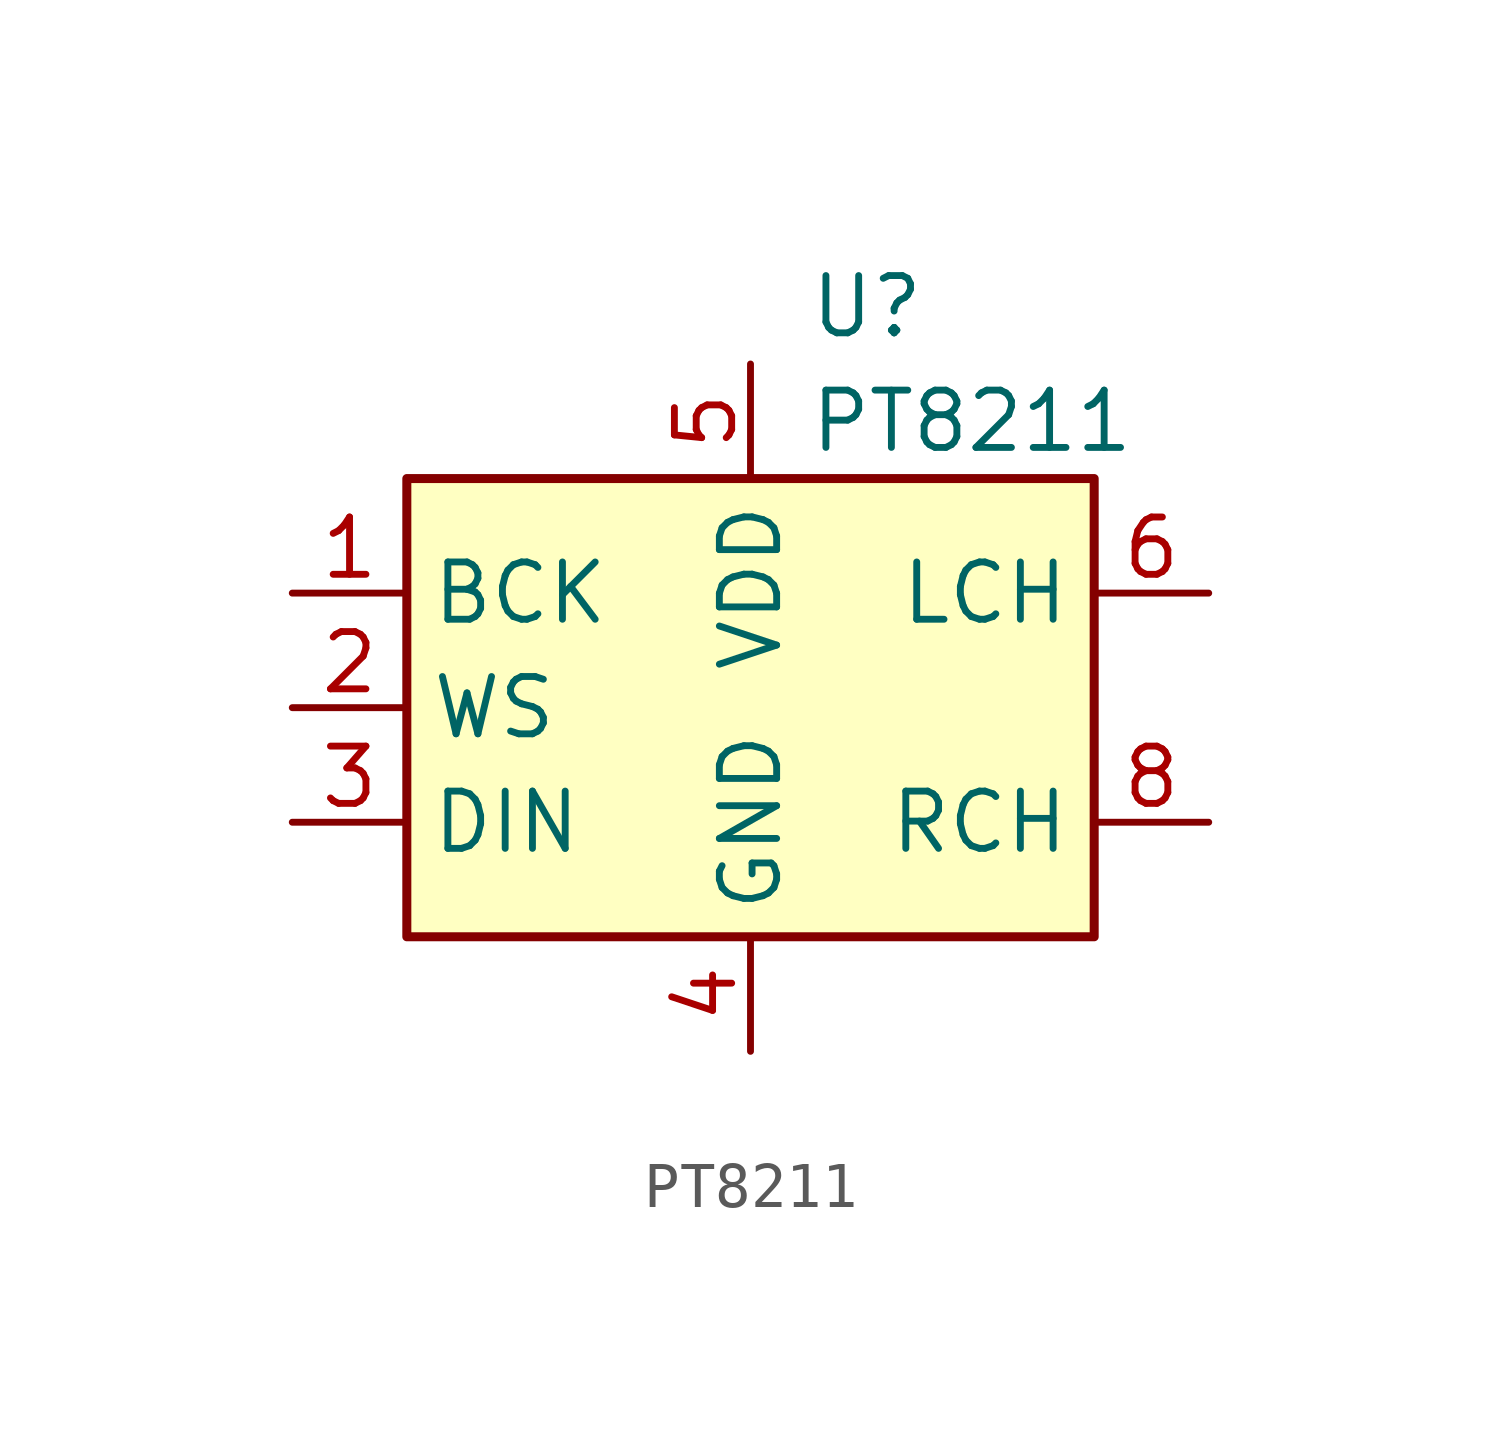
<source format=kicad_sym>
(kicad_symbol_lib
  (version 20220914)
  (generator kicad_symbol_editor)
  (symbol "PT8211"
    (property "Reference" "U"
      (at 1.27 8.89 0)
      (effects (font (size 1.27 1.27)) (justify left)))
    (property "Value" "PT8211"
      (at 1.27 6.35 0)
      (effects (font (size 1.27 1.27)) (justify left)))
    (symbol "PT8211_1_1"
      (rectangle (start -7.62 5.08) (end 7.62 -5.08) (stroke (width 0.2) (type default)) (fill (type background)))
      (pin input line (at -10.16 2.54 0) (length 2.54) (name "BCK" (effects (font (size 1.27 1.27)))) (number "1" (effects (font (size 1.27 1.27)))))
      (pin input line (at -10.16 0 0) (length 2.54) (name "WS" (effects (font (size 1.27 1.27)))) (number "2" (effects (font (size 1.27 1.27)))))
      (pin input line (at -10.16 -2.54 0) (length 2.54) (name "DIN" (effects (font (size 1.27 1.27)))) (number "3" (effects (font (size 1.27 1.27)))))
      (pin power_in line (at 0 -7.62 90) (length 2.54) (name "GND" (effects (font (size 1.27 1.27)))) (number "4" (effects (font (size 1.27 1.27)))))
      (pin power_in line (at 0 7.62 270) (length 2.54) (name "VDD" (effects (font (size 1.27 1.27)))) (number "5" (effects (font (size 1.27 1.27)))))
      (pin output line (at 10.16 2.54 180) (length 2.54) (name "LCH" (effects (font (size 1.27 1.27)))) (number "6" (effects (font (size 1.27 1.27)))))
      (pin output line (at 10.16 -2.54 180) (length 2.54) (name "RCH" (effects (font (size 1.27 1.27)))) (number "8" (effects (font (size 1.27 1.27))))))))
</source>
